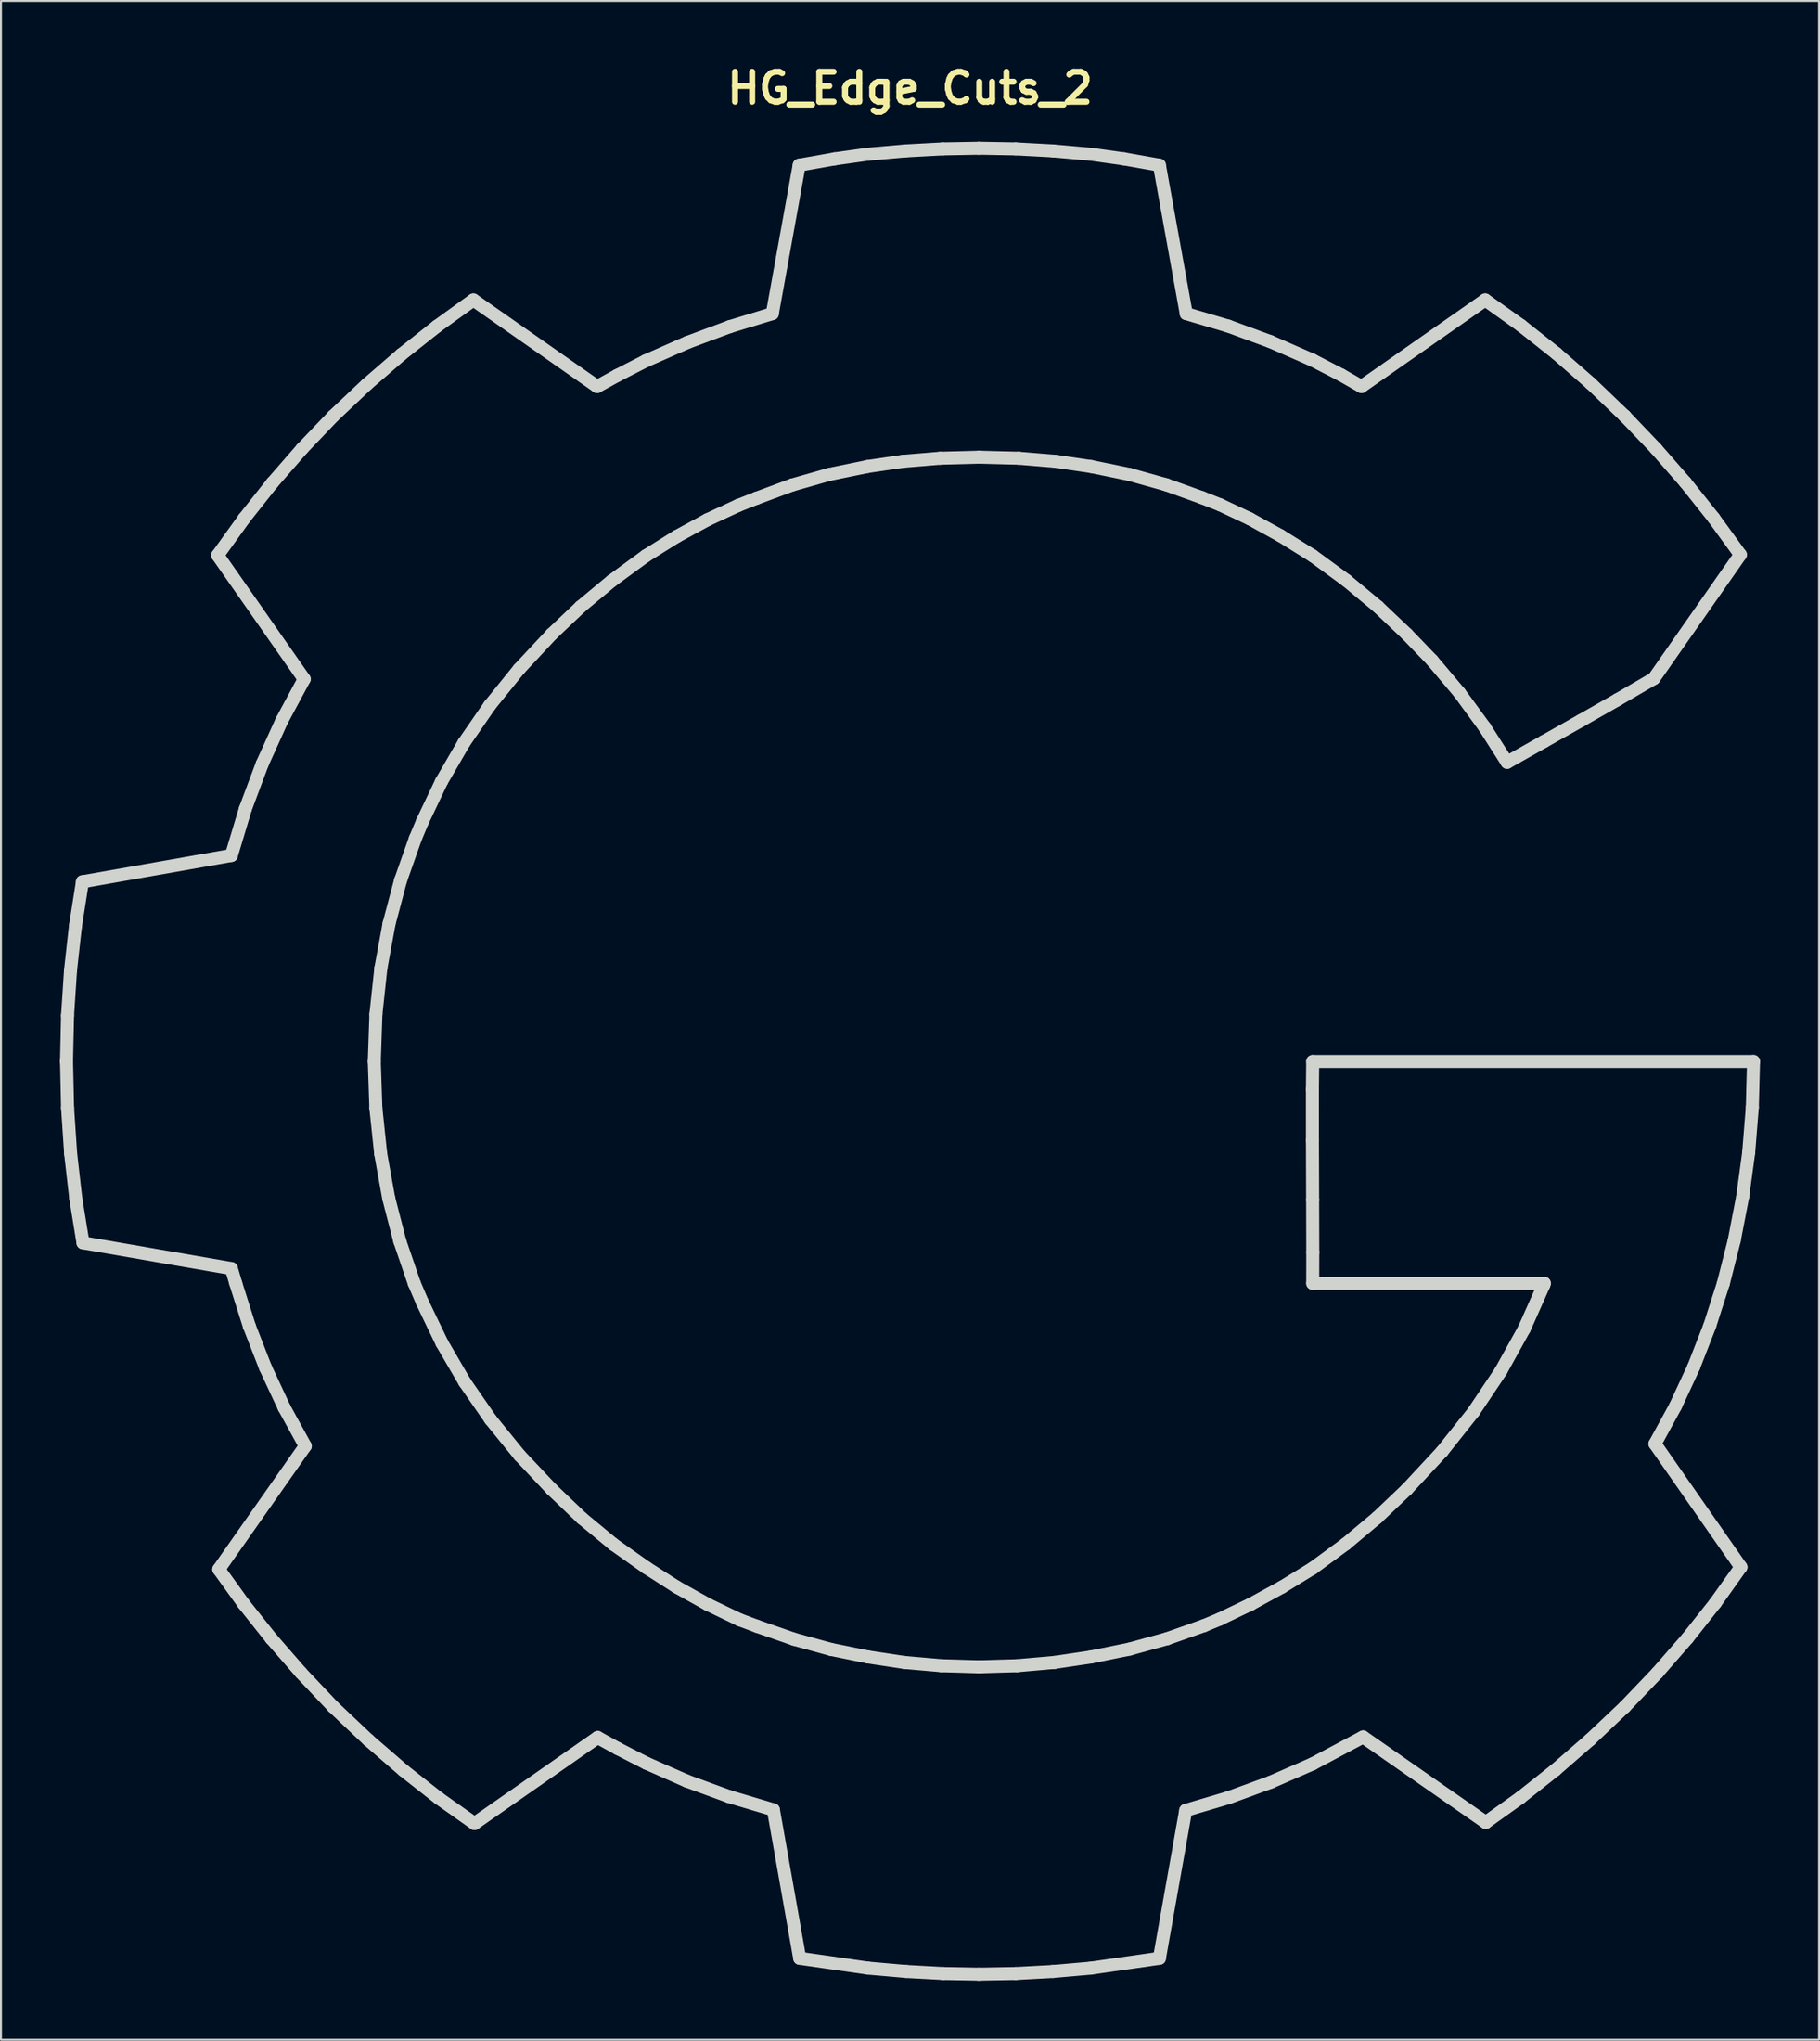
<source format=kicad_pcb>
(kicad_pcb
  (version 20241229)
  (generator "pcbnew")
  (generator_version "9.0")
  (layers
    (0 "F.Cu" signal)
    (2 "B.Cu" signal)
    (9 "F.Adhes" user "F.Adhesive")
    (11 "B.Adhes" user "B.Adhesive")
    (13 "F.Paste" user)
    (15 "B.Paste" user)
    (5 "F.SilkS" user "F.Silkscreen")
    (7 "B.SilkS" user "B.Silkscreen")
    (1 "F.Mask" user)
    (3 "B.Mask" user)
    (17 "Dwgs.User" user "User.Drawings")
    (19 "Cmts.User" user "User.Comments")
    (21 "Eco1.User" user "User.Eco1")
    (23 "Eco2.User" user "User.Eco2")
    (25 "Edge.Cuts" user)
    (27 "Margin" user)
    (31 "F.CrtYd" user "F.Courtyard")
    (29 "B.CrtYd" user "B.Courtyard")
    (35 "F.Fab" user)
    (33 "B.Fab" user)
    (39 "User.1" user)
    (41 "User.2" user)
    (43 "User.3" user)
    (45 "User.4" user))
  (footprint "HG_Edge_Cuts_2"
    (layer "F.Cu")
    (at 43.179 50.827)
    (property "Reference" "HG_Edge_Cuts_2" (at 0 -49.4 0) (layer "F.SilkS") (effects (font (size 1.524 1.524) (thickness 0.305))))
    (attr smd)
    (fp_line (start -42.848 -0.014) (end -42.797 -2.324) (stroke (width 0.661) (type solid)) (layer "Edge.Cuts"))
    (fp_line (start -42.848 0.014) (end -42.848 -0.014) (stroke (width 0.661) (type solid)) (layer "Edge.Cuts"))
    (fp_line (start -42.797 -2.324) (end -42.646 -4.61) (stroke (width 0.661) (type solid)) (layer "Edge.Cuts"))
    (fp_line (start -42.796 2.373) (end -42.848 0.014) (stroke (width 0.661) (type solid)) (layer "Edge.Cuts"))
    (fp_line (start -42.646 -4.61) (end -42.394 -6.872) (stroke (width 0.661) (type solid)) (layer "Edge.Cuts"))
    (fp_line (start -42.639 4.694) (end -42.796 2.373) (stroke (width 0.661) (type solid)) (layer "Edge.Cuts"))
    (fp_line (start -42.394 -6.872) (end -42.041 -9.109) (stroke (width 0.661) (type solid)) (layer "Edge.Cuts"))
    (fp_line (start -42.378 6.976) (end -42.639 4.694) (stroke (width 0.661) (type solid)) (layer "Edge.Cuts"))
    (fp_line (start -42.041 -9.109) (end -34.476 -10.444) (stroke (width 0.661) (type solid)) (layer "Edge.Cuts"))
    (fp_line (start -42.013 9.22) (end -42.378 6.976) (stroke (width 0.661) (type solid)) (layer "Edge.Cuts"))
    (fp_line (start -35.171 -25.686) (end -33.824 -27.557) (stroke (width 0.661) (type solid)) (layer "Edge.Cuts"))
    (fp_line (start -35.115 25.798) (end -30.721 19.54) (stroke (width 0.661) (type solid)) (layer "Edge.Cuts"))
    (fp_line (start -34.476 -10.444) (end -33.765 -12.808) (stroke (width 0.661) (type solid)) (layer "Edge.Cuts"))
    (fp_line (start -34.476 10.528) (end -42.013 9.22) (stroke (width 0.661) (type solid)) (layer "Edge.Cuts"))
    (fp_line (start -34.253 11.279) (end -34.476 10.528) (stroke (width 0.661) (type solid)) (layer "Edge.Cuts"))
    (fp_line (start -33.845 27.559) (end -35.115 25.798) (stroke (width 0.661) (type solid)) (layer "Edge.Cuts"))
    (fp_line (start -33.824 -27.557) (end -32.397 -29.358) (stroke (width 0.661) (type solid)) (layer "Edge.Cuts"))
    (fp_line (start -33.765 -12.808) (end -32.911 -15.089) (stroke (width 0.661) (type solid)) (layer "Edge.Cuts"))
    (fp_line (start -33.563 13.453) (end -34.253 11.279) (stroke (width 0.661) (type solid)) (layer "Edge.Cuts"))
    (fp_line (start -32.911 -15.089) (end -31.915 -17.286) (stroke (width 0.661) (type solid)) (layer "Edge.Cuts"))
    (fp_line (start -32.744 15.555) (end -33.563 13.453) (stroke (width 0.661) (type solid)) (layer "Edge.Cuts"))
    (fp_line (start -32.452 29.31) (end -33.845 27.559) (stroke (width 0.661) (type solid)) (layer "Edge.Cuts"))
    (fp_line (start -32.397 -29.358) (end -30.889 -31.089) (stroke (width 0.661) (type solid)) (layer "Edge.Cuts"))
    (fp_line (start -31.915 -17.286) (end -30.776 -19.4) (stroke (width 0.661) (type solid)) (layer "Edge.Cuts"))
    (fp_line (start -31.797 17.584) (end -32.744 15.555) (stroke (width 0.661) (type solid)) (layer "Edge.Cuts"))
    (fp_line (start -30.938 31.05) (end -32.452 29.31) (stroke (width 0.661) (type solid)) (layer "Edge.Cuts"))
    (fp_line (start -30.889 -31.089) (end -29.302 -32.751) (stroke (width 0.661) (type solid)) (layer "Edge.Cuts"))
    (fp_line (start -30.776 -19.4) (end -35.171 -25.686) (stroke (width 0.661) (type solid)) (layer "Edge.Cuts"))
    (fp_line (start -30.721 19.54) (end -31.797 17.584) (stroke (width 0.661) (type solid)) (layer "Edge.Cuts"))
    (fp_line (start -29.302 -32.751) (end -27.595 -34.361) (stroke (width 0.661) (type solid)) (layer "Edge.Cuts"))
    (fp_line (start -29.302 32.78) (end -30.938 31.05) (stroke (width 0.661) (type solid)) (layer "Edge.Cuts"))
    (fp_line (start -27.595 -34.361) (end -25.84 -35.88) (stroke (width 0.661) (type solid)) (layer "Edge.Cuts"))
    (fp_line (start -27.519 34.464) (end -29.302 32.78) (stroke (width 0.661) (type solid)) (layer "Edge.Cuts"))
    (fp_line (start -27.216 0.014) (end -27.135 2.387) (stroke (width 0.661) (type solid)) (layer "Edge.Cuts"))
    (fp_line (start -27.135 2.387) (end -26.891 4.7) (stroke (width 0.661) (type solid)) (layer "Edge.Cuts"))
    (fp_line (start -27.133 -2.388) (end -27.216 0.014) (stroke (width 0.661) (type solid)) (layer "Edge.Cuts"))
    (fp_line (start -26.891 4.7) (end -26.485 6.953) (stroke (width 0.661) (type solid)) (layer "Edge.Cuts"))
    (fp_line (start -26.882 -4.721) (end -27.133 -2.388) (stroke (width 0.661) (type solid)) (layer "Edge.Cuts"))
    (fp_line (start -26.485 6.953) (end -25.917 9.146) (stroke (width 0.661) (type solid)) (layer "Edge.Cuts"))
    (fp_line (start -26.465 -6.985) (end -26.882 -4.721) (stroke (width 0.661) (type solid)) (layer "Edge.Cuts"))
    (fp_line (start -25.917 9.146) (end -25.186 11.279) (stroke (width 0.661) (type solid)) (layer "Edge.Cuts"))
    (fp_line (start -25.881 -9.18) (end -26.465 -6.985) (stroke (width 0.661) (type solid)) (layer "Edge.Cuts"))
    (fp_line (start -25.84 -35.88) (end -24.035 -37.309) (stroke (width 0.661) (type solid)) (layer "Edge.Cuts"))
    (fp_line (start -25.728 36.013) (end -27.519 34.464) (stroke (width 0.661) (type solid)) (layer "Edge.Cuts"))
    (fp_line (start -25.186 11.279) (end -24.769 12.252) (stroke (width 0.661) (type solid)) (layer "Edge.Cuts"))
    (fp_line (start -25.13 -11.307) (end -25.881 -9.18) (stroke (width 0.661) (type solid)) (layer "Edge.Cuts"))
    (fp_line (start -24.769 -12.169) (end -25.13 -11.307) (stroke (width 0.661) (type solid)) (layer "Edge.Cuts"))
    (fp_line (start -24.769 12.252) (end -23.776 14.314) (stroke (width 0.661) (type solid)) (layer "Edge.Cuts"))
    (fp_line (start -24.035 -37.309) (end -22.182 -38.648) (stroke (width 0.661) (type solid)) (layer "Edge.Cuts"))
    (fp_line (start -23.931 37.426) (end -25.728 36.013) (stroke (width 0.661) (type solid)) (layer "Edge.Cuts"))
    (fp_line (start -23.803 -14.196) (end -24.769 -12.169) (stroke (width 0.661) (type solid)) (layer "Edge.Cuts"))
    (fp_line (start -23.776 14.314) (end -22.624 16.293) (stroke (width 0.661) (type solid)) (layer "Edge.Cuts"))
    (fp_line (start -22.664 -16.161) (end -23.803 -14.196) (stroke (width 0.661) (type solid)) (layer "Edge.Cuts"))
    (fp_line (start -22.624 16.293) (end -21.311 18.19) (stroke (width 0.661) (type solid)) (layer "Edge.Cuts"))
    (fp_line (start -22.182 -38.648) (end -15.896 -34.253) (stroke (width 0.661) (type solid)) (layer "Edge.Cuts"))
    (fp_line (start -22.126 38.703) (end -23.931 37.426) (stroke (width 0.661) (type solid)) (layer "Edge.Cuts"))
    (fp_line (start -21.351 -18.063) (end -22.664 -16.161) (stroke (width 0.661) (type solid)) (layer "Edge.Cuts"))
    (fp_line (start -21.311 18.19) (end -19.838 20.004) (stroke (width 0.661) (type solid)) (layer "Edge.Cuts"))
    (fp_line (start -19.864 -19.903) (end -21.351 -18.063) (stroke (width 0.661) (type solid)) (layer "Edge.Cuts"))
    (fp_line (start -19.838 20.004) (end -18.204 21.737) (stroke (width 0.661) (type solid)) (layer "Edge.Cuts"))
    (fp_line (start -18.204 -21.681) (end -19.864 -19.903) (stroke (width 0.661) (type solid)) (layer "Edge.Cuts"))
    (fp_line (start -18.204 21.737) (end -16.668 23.205) (stroke (width 0.661) (type solid)) (layer "Edge.Cuts"))
    (fp_line (start -16.733 -23.075) (end -18.204 -21.681) (stroke (width 0.661) (type solid)) (layer "Edge.Cuts"))
    (fp_line (start -16.668 23.205) (end -15.065 24.531) (stroke (width 0.661) (type solid)) (layer "Edge.Cuts"))
    (fp_line (start -15.896 -34.253) (end -14.874 -34.816) (stroke (width 0.661) (type solid)) (layer "Edge.Cuts"))
    (fp_line (start -15.868 34.336) (end -22.126 38.703) (stroke (width 0.661) (type solid)) (layer "Edge.Cuts"))
    (fp_line (start -15.139 -24.401) (end -16.733 -23.075) (stroke (width 0.661) (type solid)) (layer "Edge.Cuts"))
    (fp_line (start -15.065 24.531) (end -13.393 25.714) (stroke (width 0.661) (type solid)) (layer "Edge.Cuts"))
    (fp_line (start -14.874 -34.816) (end -13.42 -35.56) (stroke (width 0.661) (type solid)) (layer "Edge.Cuts"))
    (fp_line (start -14.846 34.899) (end -15.868 34.336) (stroke (width 0.661) (type solid)) (layer "Edge.Cuts"))
    (fp_line (start -13.42 -35.56) (end -11.297 -36.494) (stroke (width 0.661) (type solid)) (layer "Edge.Cuts"))
    (fp_line (start -13.42 -25.659) (end -15.139 -24.401) (stroke (width 0.661) (type solid)) (layer "Edge.Cuts"))
    (fp_line (start -13.393 25.714) (end -11.854 26.7) (stroke (width 0.661) (type solid)) (layer "Edge.Cuts"))
    (fp_line (start -13.393 35.643) (end -14.846 34.899) (stroke (width 0.661) (type solid)) (layer "Edge.Cuts"))
    (fp_line (start -11.86 -26.635) (end -13.42 -25.659) (stroke (width 0.661) (type solid)) (layer "Edge.Cuts"))
    (fp_line (start -11.854 26.7) (end -10.277 27.581) (stroke (width 0.661) (type solid)) (layer "Edge.Cuts"))
    (fp_line (start -11.34 36.549) (end -13.393 35.643) (stroke (width 0.661) (type solid)) (layer "Edge.Cuts"))
    (fp_line (start -11.297 -36.494) (end -9.156 -37.291) (stroke (width 0.661) (type solid)) (layer "Edge.Cuts"))
    (fp_line (start -10.293 -27.488) (end -11.86 -26.635) (stroke (width 0.661) (type solid)) (layer "Edge.Cuts"))
    (fp_line (start -10.277 27.581) (end -8.664 28.357) (stroke (width 0.661) (type solid)) (layer "Edge.Cuts"))
    (fp_line (start -9.189 37.337) (end -11.34 36.549) (stroke (width 0.661) (type solid)) (layer "Edge.Cuts"))
    (fp_line (start -9.156 -37.291) (end -6.995 -37.952) (stroke (width 0.661) (type solid)) (layer "Edge.Cuts"))
    (fp_line (start -8.72 -28.218) (end -10.293 -27.488) (stroke (width 0.661) (type solid)) (layer "Edge.Cuts"))
    (fp_line (start -8.664 28.357) (end -7.774 28.69) (stroke (width 0.661) (type solid)) (layer "Edge.Cuts"))
    (fp_line (start -7.802 -28.579) (end -8.72 -28.218) (stroke (width 0.661) (type solid)) (layer "Edge.Cuts"))
    (fp_line (start -7.774 28.69) (end -5.898 29.346) (stroke (width 0.661) (type solid)) (layer "Edge.Cuts"))
    (fp_line (start -6.995 -37.952) (end -5.632 -45.49) (stroke (width 0.661) (type solid)) (layer "Edge.Cuts"))
    (fp_line (start -6.94 38.008) (end -9.189 37.337) (stroke (width 0.661) (type solid)) (layer "Edge.Cuts"))
    (fp_line (start -5.988 -29.253) (end -7.802 -28.579) (stroke (width 0.661) (type solid)) (layer "Edge.Cuts"))
    (fp_line (start -5.898 29.346) (end -4.016 29.865) (stroke (width 0.661) (type solid)) (layer "Edge.Cuts"))
    (fp_line (start -5.632 -45.49) (end -3.831 -45.81) (stroke (width 0.661) (type solid)) (layer "Edge.Cuts"))
    (fp_line (start -5.605 45.546) (end -6.94 38.008) (stroke (width 0.661) (type solid)) (layer "Edge.Cuts"))
    (fp_line (start -4.106 -29.791) (end -5.988 -29.253) (stroke (width 0.661) (type solid)) (layer "Edge.Cuts"))
    (fp_line (start -4.016 29.865) (end -2.128 30.249) (stroke (width 0.661) (type solid)) (layer "Edge.Cuts"))
    (fp_line (start -3.831 -45.81) (end -2.156 -46.046) (stroke (width 0.661) (type solid)) (layer "Edge.Cuts"))
    (fp_line (start -2.156 -46.046) (end -0.227 -46.216) (stroke (width 0.661) (type solid)) (layer "Edge.Cuts"))
    (fp_line (start -2.156 -30.192) (end -4.106 -29.791) (stroke (width 0.661) (type solid)) (layer "Edge.Cuts"))
    (fp_line (start -2.128 30.249) (end -0.289 30.527) (stroke (width 0.661) (type solid)) (layer "Edge.Cuts"))
    (fp_line (start -2.128 46.046) (end -5.605 45.546) (stroke (width 0.661) (type solid)) (layer "Edge.Cuts"))
    (fp_line (start -0.363 -30.455) (end -2.156 -30.192) (stroke (width 0.661) (type solid)) (layer "Edge.Cuts"))
    (fp_line (start -0.289 30.527) (end 1.593 30.693) (stroke (width 0.661) (type solid)) (layer "Edge.Cuts"))
    (fp_line (start -0.227 -46.216) (end 1.664 -46.318) (stroke (width 0.661) (type solid)) (layer "Edge.Cuts"))
    (fp_line (start -0.202 46.216) (end -2.128 46.046) (stroke (width 0.661) (type solid)) (layer "Edge.Cuts"))
    (fp_line (start 1.528 -30.613) (end -0.363 -30.455) (stroke (width 0.661) (type solid)) (layer "Edge.Cuts"))
    (fp_line (start 1.593 30.693) (end 3.518 30.749) (stroke (width 0.661) (type solid)) (layer "Edge.Cuts"))
    (fp_line (start 1.664 -46.318) (end 3.518 -46.352) (stroke (width 0.661) (type solid)) (layer "Edge.Cuts"))
    (fp_line (start 1.68 46.318) (end -0.202 46.216) (stroke (width 0.661) (type solid)) (layer "Edge.Cuts"))
    (fp_line (start 3.518 -46.352) (end 5.373 -46.318) (stroke (width 0.661) (type solid)) (layer "Edge.Cuts"))
    (fp_line (start 3.518 -30.665) (end 1.528 -30.613) (stroke (width 0.661) (type solid)) (layer "Edge.Cuts"))
    (fp_line (start 3.518 30.749) (end 5.447 30.693) (stroke (width 0.661) (type solid)) (layer "Edge.Cuts"))
    (fp_line (start 3.519 46.352) (end 1.68 46.318) (stroke (width 0.661) (type solid)) (layer "Edge.Cuts"))
    (fp_line (start 5.373 -46.318) (end 7.264 -46.216) (stroke (width 0.661) (type solid)) (layer "Edge.Cuts"))
    (fp_line (start 5.373 46.318) (end 3.519 46.352) (stroke (width 0.661) (type solid)) (layer "Edge.Cuts"))
    (fp_line (start 5.447 30.693) (end 7.338 30.526) (stroke (width 0.661) (type solid)) (layer "Edge.Cuts"))
    (fp_line (start 5.521 -30.613) (end 3.518 -30.665) (stroke (width 0.661) (type solid)) (layer "Edge.Cuts"))
    (fp_line (start 7.264 -46.216) (end 9.193 -46.046) (stroke (width 0.661) (type solid)) (layer "Edge.Cuts"))
    (fp_line (start 7.264 46.216) (end 5.373 46.318) (stroke (width 0.661) (type solid)) (layer "Edge.Cuts"))
    (fp_line (start 7.338 30.526) (end 9.193 30.249) (stroke (width 0.661) (type solid)) (layer "Edge.Cuts"))
    (fp_line (start 7.412 -30.455) (end 5.521 -30.613) (stroke (width 0.661) (type solid)) (layer "Edge.Cuts"))
    (fp_line (start 9.193 -46.046) (end 10.869 -45.81) (stroke (width 0.661) (type solid)) (layer "Edge.Cuts"))
    (fp_line (start 9.193 -30.192) (end 7.412 -30.455) (stroke (width 0.661) (type solid)) (layer "Edge.Cuts"))
    (fp_line (start 9.193 30.249) (end 11.152 29.849) (stroke (width 0.661) (type solid)) (layer "Edge.Cuts"))
    (fp_line (start 9.193 46.046) (end 7.264 46.216) (stroke (width 0.661) (type solid)) (layer "Edge.Cuts"))
    (fp_line (start 10.869 -45.81) (end 12.669 -45.49) (stroke (width 0.661) (type solid)) (layer "Edge.Cuts"))
    (fp_line (start 11.13 -29.794) (end 9.193 -30.192) (stroke (width 0.661) (type solid)) (layer "Edge.Cuts"))
    (fp_line (start 11.152 29.849) (end 13.062 29.321) (stroke (width 0.661) (type solid)) (layer "Edge.Cuts"))
    (fp_line (start 12.669 -45.49) (end 14.032 -37.952) (stroke (width 0.661) (type solid)) (layer "Edge.Cuts"))
    (fp_line (start 12.669 45.546) (end 9.193 46.046) (stroke (width 0.661) (type solid)) (layer "Edge.Cuts"))
    (fp_line (start 13.012 -29.265) (end 11.13 -29.794) (stroke (width 0.661) (type solid)) (layer "Edge.Cuts"))
    (fp_line (start 13.062 29.321) (end 14.922 28.663) (stroke (width 0.661) (type solid)) (layer "Edge.Cuts"))
    (fp_line (start 14.004 38.036) (end 12.669 45.546) (stroke (width 0.661) (type solid)) (layer "Edge.Cuts"))
    (fp_line (start 14.032 -37.952) (end 16.168 -37.319) (stroke (width 0.661) (type solid)) (layer "Edge.Cuts"))
    (fp_line (start 14.839 -28.607) (end 13.012 -29.265) (stroke (width 0.661) (type solid)) (layer "Edge.Cuts"))
    (fp_line (start 14.922 28.663) (end 15.729 28.329) (stroke (width 0.661) (type solid)) (layer "Edge.Cuts"))
    (fp_line (start 15.729 28.329) (end 17.305 27.572) (stroke (width 0.661) (type solid)) (layer "Edge.Cuts"))
    (fp_line (start 15.757 -28.245) (end 14.839 -28.607) (stroke (width 0.661) (type solid)) (layer "Edge.Cuts"))
    (fp_line (start 16.168 -37.319) (end 18.309 -36.531) (stroke (width 0.661) (type solid)) (layer "Edge.Cuts"))
    (fp_line (start 16.18 37.39) (end 14.004 38.036) (stroke (width 0.661) (type solid)) (layer "Edge.Cuts"))
    (fp_line (start 17.256 -27.538) (end 15.757 -28.245) (stroke (width 0.661) (type solid)) (layer "Edge.Cuts"))
    (fp_line (start 17.305 27.572) (end 18.881 26.71) (stroke (width 0.661) (type solid)) (layer "Edge.Cuts"))
    (fp_line (start 18.309 -36.531) (end 20.457 -35.588) (stroke (width 0.661) (type solid)) (layer "Edge.Cuts"))
    (fp_line (start 18.331 36.602) (end 16.18 37.39) (stroke (width 0.661) (type solid)) (layer "Edge.Cuts"))
    (fp_line (start 18.823 -26.676) (end 17.256 -27.538) (stroke (width 0.661) (type solid)) (layer "Edge.Cuts"))
    (fp_line (start 18.881 26.71) (end 20.457 25.742) (stroke (width 0.661) (type solid)) (layer "Edge.Cuts"))
    (fp_line (start 20.442 1.435) (end 20.457 0.014) (stroke (width 0.661) (type solid)) (layer "Edge.Cuts"))
    (fp_line (start 20.443 4.027) (end 20.442 1.435) (stroke (width 0.661) (type solid)) (layer "Edge.Cuts"))
    (fp_line (start 20.453 7.036) (end 20.443 4.027) (stroke (width 0.661) (type solid)) (layer "Edge.Cuts"))
    (fp_line (start 20.457 -35.588) (end 21.911 -34.837) (stroke (width 0.661) (type solid)) (layer "Edge.Cuts"))
    (fp_line (start 20.457 -25.659) (end 18.823 -26.676) (stroke (width 0.661) (type solid)) (layer "Edge.Cuts"))
    (fp_line (start 20.457 25.742) (end 22.139 24.506) (stroke (width 0.661) (type solid)) (layer "Edge.Cuts"))
    (fp_line (start 20.457 11.279) (end 20.46 9.704) (stroke (width 0.661) (type solid)) (layer "Edge.Cuts"))
    (fp_line (start 20.457 0.014) (end 42.848 0.014) (stroke (width 0.661) (type solid)) (layer "Edge.Cuts"))
    (fp_line (start 20.457 35.672) (end 18.331 36.602) (stroke (width 0.661) (type solid)) (layer "Edge.Cuts"))
    (fp_line (start 20.46 9.704) (end 20.453 7.036) (stroke (width 0.661) (type solid)) (layer "Edge.Cuts"))
    (fp_line (start 21.911 -34.837) (end 22.933 -34.253) (stroke (width 0.661) (type solid)) (layer "Edge.Cuts"))
    (fp_line (start 22.139 24.506) (end 23.733 23.171) (stroke (width 0.661) (type solid)) (layer "Edge.Cuts"))
    (fp_line (start 22.176 -24.401) (end 20.457 -25.659) (stroke (width 0.661) (type solid)) (layer "Edge.Cuts"))
    (fp_line (start 22.933 -34.253) (end 29.219 -38.648) (stroke (width 0.661) (type solid)) (layer "Edge.Cuts"))
    (fp_line (start 23.016 34.309) (end 20.457 35.672) (stroke (width 0.661) (type solid)) (layer "Edge.Cuts"))
    (fp_line (start 23.733 23.171) (end 25.241 21.737) (stroke (width 0.661) (type solid)) (layer "Edge.Cuts"))
    (fp_line (start 23.77 -23.075) (end 22.176 -24.401) (stroke (width 0.661) (type solid)) (layer "Edge.Cuts"))
    (fp_line (start 25.241 -21.681) (end 23.77 -23.075) (stroke (width 0.661) (type solid)) (layer "Edge.Cuts"))
    (fp_line (start 25.241 21.737) (end 27.033 19.809) (stroke (width 0.661) (type solid)) (layer "Edge.Cuts"))
    (fp_line (start 26.521 -20.353) (end 25.241 -21.681) (stroke (width 0.661) (type solid)) (layer "Edge.Cuts"))
    (fp_line (start 27.033 19.809) (end 28.624 17.807) (stroke (width 0.661) (type solid)) (layer "Edge.Cuts"))
    (fp_line (start 27.912 -18.705) (end 26.521 -20.353) (stroke (width 0.661) (type solid)) (layer "Edge.Cuts"))
    (fp_line (start 28.624 17.807) (end 30.014 15.733) (stroke (width 0.661) (type solid)) (layer "Edge.Cuts"))
    (fp_line (start 29.198 -16.946) (end 27.912 -18.705) (stroke (width 0.661) (type solid)) (layer "Edge.Cuts"))
    (fp_line (start 29.219 -38.648) (end 31.039 -37.351) (stroke (width 0.661) (type solid)) (layer "Edge.Cuts"))
    (fp_line (start 29.247 38.648) (end 23.016 34.309) (stroke (width 0.661) (type solid)) (layer "Edge.Cuts"))
    (fp_line (start 30.014 15.733) (end 31.205 13.584) (stroke (width 0.661) (type solid)) (layer "Edge.Cuts"))
    (fp_line (start 30.331 -15.173) (end 29.198 -16.946) (stroke (width 0.661) (type solid)) (layer "Edge.Cuts"))
    (fp_line (start 31.013 37.384) (end 29.247 38.648) (stroke (width 0.661) (type solid)) (layer "Edge.Cuts"))
    (fp_line (start 31.039 -37.351) (end 32.828 -35.936) (stroke (width 0.661) (type solid)) (layer "Edge.Cuts"))
    (fp_line (start 31.205 13.584) (end 32.195 11.363) (stroke (width 0.661) (type solid)) (layer "Edge.Cuts"))
    (fp_line (start 32.195 11.363) (end 32.223 11.279) (stroke (width 0.661) (type solid)) (layer "Edge.Cuts"))
    (fp_line (start 32.201 -16.229) (end 30.331 -15.173) (stroke (width 0.661) (type solid)) (layer "Edge.Cuts"))
    (fp_line (start 32.223 11.279) (end 20.457 11.279) (stroke (width 0.661) (type solid)) (layer "Edge.Cuts"))
    (fp_line (start 32.779 35.985) (end 31.013 37.384) (stroke (width 0.661) (type solid)) (layer "Edge.Cuts"))
    (fp_line (start 32.828 -35.936) (end 34.585 -34.403) (stroke (width 0.661) (type solid)) (layer "Edge.Cuts"))
    (fp_line (start 34.077 -17.289) (end 32.201 -16.229) (stroke (width 0.661) (type solid)) (layer "Edge.Cuts"))
    (fp_line (start 34.545 34.449) (end 32.779 35.985) (stroke (width 0.661) (type solid)) (layer "Edge.Cuts"))
    (fp_line (start 34.585 -34.403) (end 36.311 -32.751) (stroke (width 0.661) (type solid)) (layer "Edge.Cuts"))
    (fp_line (start 35.943 -18.354) (end 34.077 -17.289) (stroke (width 0.661) (type solid)) (layer "Edge.Cuts"))
    (fp_line (start 36.311 -32.751) (end 36.311 -32.751) (stroke (width 0.661) (type solid)) (layer "Edge.Cuts"))
    (fp_line (start 36.311 -32.751) (end 37.888 -31.101) (stroke (width 0.661) (type solid)) (layer "Edge.Cuts"))
    (fp_line (start 36.311 32.779) (end 34.545 34.449) (stroke (width 0.661) (type solid)) (layer "Edge.Cuts"))
    (fp_line (start 37.786 -19.428) (end 35.943 -18.354) (stroke (width 0.661) (type solid)) (layer "Edge.Cuts"))
    (fp_line (start 37.841 19.428) (end 42.208 25.686) (stroke (width 0.661) (type solid)) (layer "Edge.Cuts"))
    (fp_line (start 37.888 -31.101) (end 39.392 -29.379) (stroke (width 0.661) (type solid)) (layer "Edge.Cuts"))
    (fp_line (start 37.963 31.052) (end 36.311 32.779) (stroke (width 0.661) (type solid)) (layer "Edge.Cuts"))
    (fp_line (start 38.883 17.521) (end 37.841 19.428) (stroke (width 0.661) (type solid)) (layer "Edge.Cuts"))
    (fp_line (start 39.392 -29.379) (end 40.823 -27.583) (stroke (width 0.661) (type solid)) (layer "Edge.Cuts"))
    (fp_line (start 39.496 29.295) (end 37.963 31.052) (stroke (width 0.661) (type solid)) (layer "Edge.Cuts"))
    (fp_line (start 39.809 15.527) (end 38.883 17.521) (stroke (width 0.661) (type solid)) (layer "Edge.Cuts"))
    (fp_line (start 40.621 13.446) (end 39.809 15.527) (stroke (width 0.661) (type solid)) (layer "Edge.Cuts"))
    (fp_line (start 40.823 -27.583) (end 42.18 -25.714) (stroke (width 0.661) (type solid)) (layer "Edge.Cuts"))
    (fp_line (start 40.911 27.506) (end 39.496 29.295) (stroke (width 0.661) (type solid)) (layer "Edge.Cuts"))
    (fp_line (start 41.318 11.279) (end 40.621 13.446) (stroke (width 0.661) (type solid)) (layer "Edge.Cuts"))
    (fp_line (start 41.869 9.101) (end 41.318 11.279) (stroke (width 0.661) (type solid)) (layer "Edge.Cuts"))
    (fp_line (start 42.18 -25.714) (end 37.786 -19.428) (stroke (width 0.661) (type solid)) (layer "Edge.Cuts"))
    (fp_line (start 42.208 25.686) (end 40.911 27.506) (stroke (width 0.661) (type solid)) (layer "Edge.Cuts"))
    (fp_line (start 42.297 6.886) (end 41.869 9.101) (stroke (width 0.661) (type solid)) (layer "Edge.Cuts"))
    (fp_line (start 42.603 4.633) (end 42.297 6.886) (stroke (width 0.661) (type solid)) (layer "Edge.Cuts"))
    (fp_line (start 42.787 2.342) (end 42.603 4.633) (stroke (width 0.661) (type solid)) (layer "Edge.Cuts"))
    (fp_line (start 42.848 0.014) (end 42.787 2.342) (stroke (width 0.661) (type solid)) (layer "Edge.Cuts")))
  (gr_rect
    (start -3 -3)
    (end 89.357 100.51)
    (stroke (width 0.1) (type default))
    (fill no)
    (layer "Edge.Cuts")))
</source>
